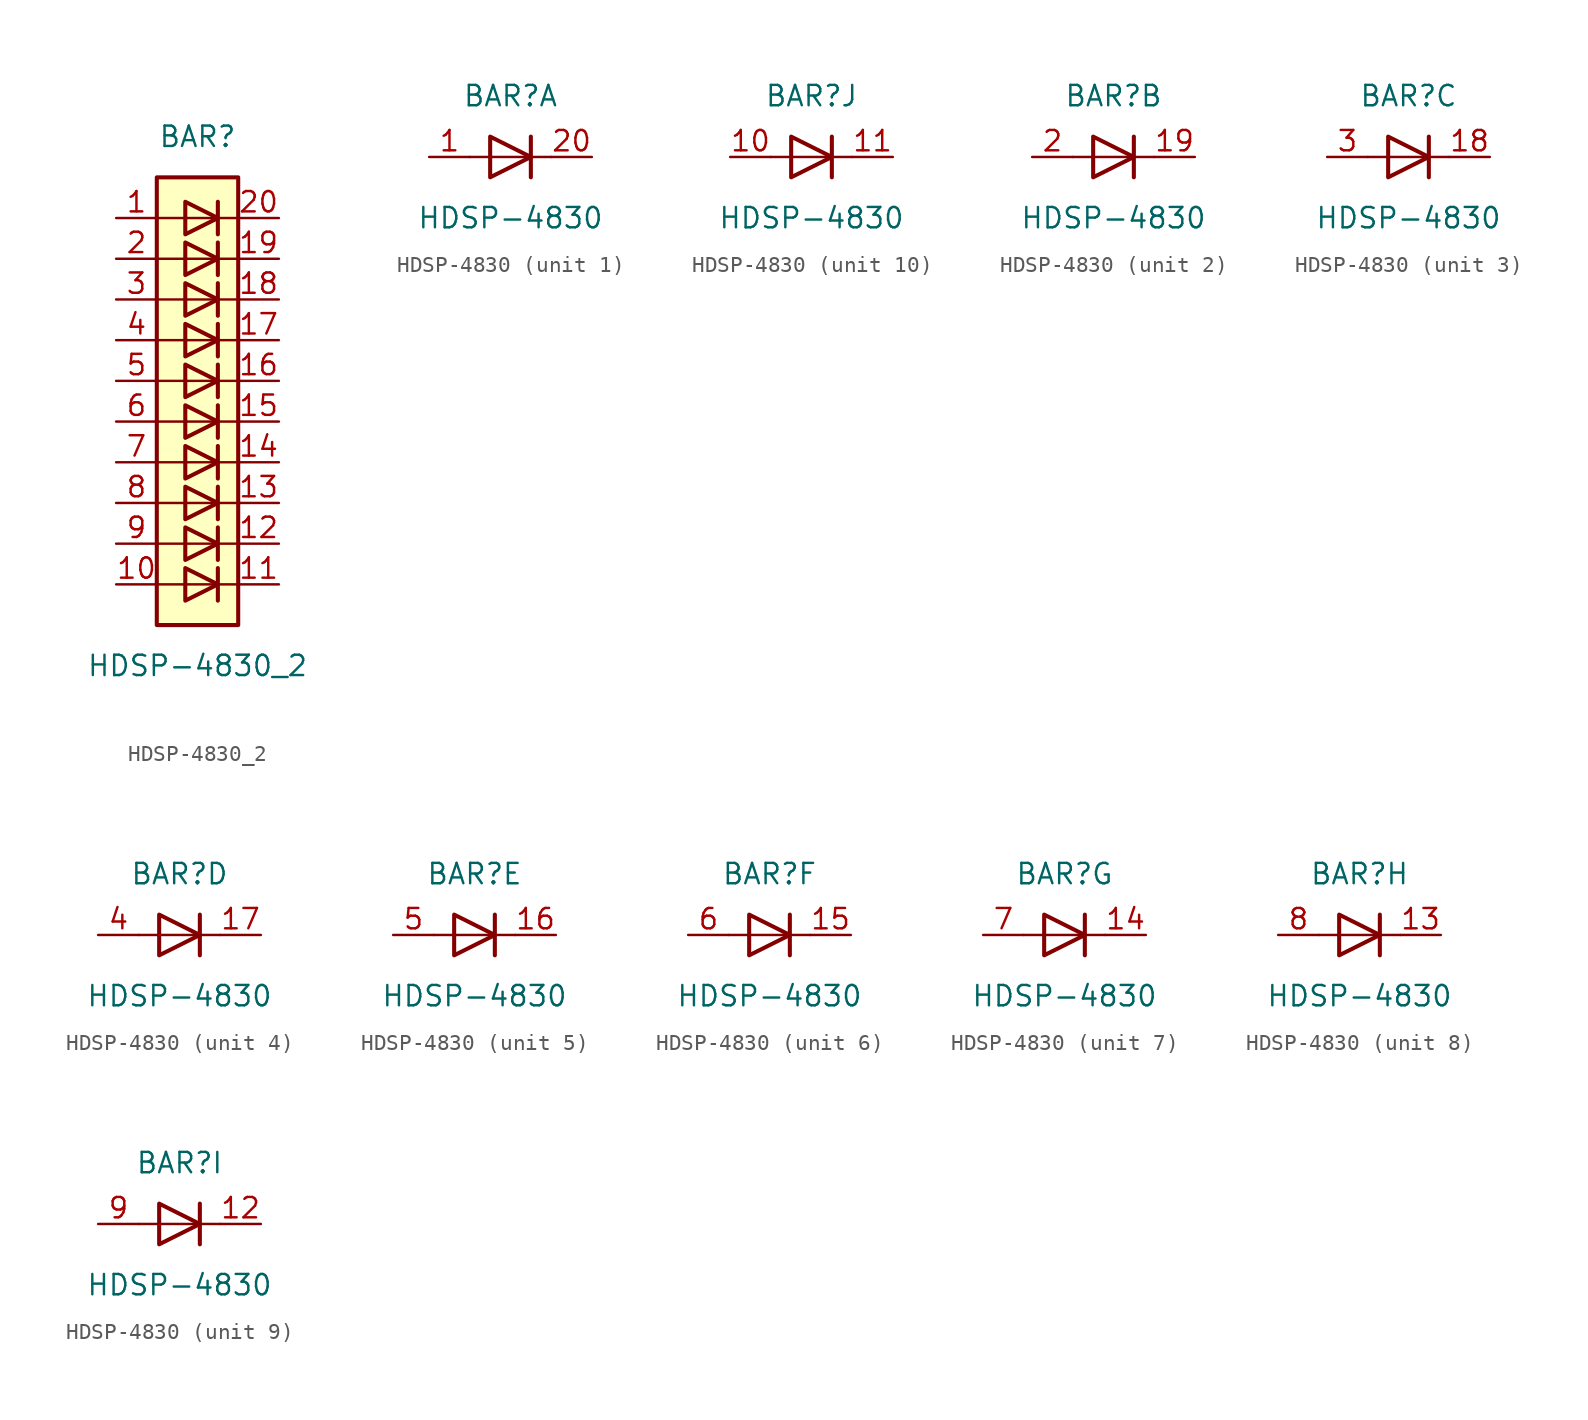
<source format=kicad_sym>
(kicad_symbol_lib
  (version 20211014)
  (generator kicad_symbol_editor)
  (symbol "HDSP-4830_2"
    (pin_names
      (offset 1.016) hide)
    (property "Reference" "BAR"
      (at 0 15.24 0)
      (effects (font (size 1.27 1.27))))
    (property "Value" "HDSP-4830_2"
      (at 0 -17.78 0)
      (effects (font (size 1.27 1.27))))
    (symbol "HDSP-4830_2_0_1"
      (rectangle (start -2.54 12.7) (end 2.54 -15.24) (stroke (width 0.254) (type default) (color 0 0 0 0)) (fill (type background)))
      (polyline (pts (xy -2.54 -12.7) (xy 2.54 -12.7)) (stroke (width 0) (type default) (color 0 0 0 0)) (fill (type none)))
      (polyline (pts (xy -2.54 -10.16) (xy 2.54 -10.16)) (stroke (width 0) (type default) (color 0 0 0 0)) (fill (type none)))
      (polyline (pts (xy -2.54 -7.62) (xy 2.54 -7.62)) (stroke (width 0) (type default) (color 0 0 0 0)) (fill (type none)))
      (polyline (pts (xy -2.54 -5.08) (xy 2.54 -5.08)) (stroke (width 0) (type default) (color 0 0 0 0)) (fill (type none)))
      (polyline (pts (xy -2.54 0) (xy 2.54 0)) (stroke (width 0) (type default) (color 0 0 0 0)) (fill (type none)))
      (polyline (pts (xy -2.54 5.08) (xy 2.54 5.08)) (stroke (width 0) (type default) (color 0 0 0 0)) (fill (type none)))
      (polyline (pts (xy -2.54 7.62) (xy 2.54 7.62)) (stroke (width 0) (type default) (color 0 0 0 0)) (fill (type none)))
      (polyline (pts (xy -2.54 10.16) (xy 2.54 10.16)) (stroke (width 0) (type default) (color 0 0 0 0)) (fill (type none)))
      (polyline (pts (xy 1.27 -11.684) (xy 1.27 -13.716)) (stroke (width 0.254) (type default) (color 0 0 0 0)) (fill (type none)))
      (polyline (pts (xy 1.27 -9.144) (xy 1.27 -11.176)) (stroke (width 0.254) (type default) (color 0 0 0 0)) (fill (type none)))
      (polyline (pts (xy 1.27 -6.604) (xy 1.27 -8.636)) (stroke (width 0.254) (type default) (color 0 0 0 0)) (fill (type none)))
      (polyline (pts (xy 1.27 -4.064) (xy 1.27 -6.096)) (stroke (width 0.254) (type default) (color 0 0 0 0)) (fill (type none)))
      (polyline (pts (xy 1.27 -1.524) (xy 1.27 -3.556)) (stroke (width 0.254) (type default) (color 0 0 0 0)) (fill (type none)))
      (polyline (pts (xy 1.27 1.016) (xy 1.27 -1.016)) (stroke (width 0.254) (type default) (color 0 0 0 0)) (fill (type none)))
      (polyline (pts (xy 1.27 3.556) (xy 1.27 1.524)) (stroke (width 0.254) (type default) (color 0 0 0 0)) (fill (type none)))
      (polyline (pts (xy 1.27 6.096) (xy 1.27 4.064)) (stroke (width 0.254) (type default) (color 0 0 0 0)) (fill (type none)))
      (polyline (pts (xy 1.27 8.636) (xy 1.27 6.604)) (stroke (width 0.254) (type default) (color 0 0 0 0)) (fill (type none)))
      (polyline (pts (xy 1.27 11.176) (xy 1.27 9.144)) (stroke (width 0.254) (type default) (color 0 0 0 0)) (fill (type none)))
      (polyline (pts (xy 2.54 -2.54) (xy -2.54 -2.54)) (stroke (width 0) (type default) (color 0 0 0 0)) (fill (type none)))
      (polyline (pts (xy 2.54 2.54) (xy -2.54 2.54)) (stroke (width 0) (type default) (color 0 0 0 0)) (fill (type none)))
      (polyline (pts (xy -0.762 -11.684) (xy -0.762 -13.716) (xy 1.27 -12.7) (xy -0.762 -11.684)) (stroke (width 0.254) (type default) (color 0 0 0 0)) (fill (type none)))
      (polyline (pts (xy -0.762 -9.144) (xy -0.762 -11.176) (xy 1.27 -10.16) (xy -0.762 -9.144)) (stroke (width 0.254) (type default) (color 0 0 0 0)) (fill (type none)))
      (polyline (pts (xy -0.762 -6.604) (xy -0.762 -8.636) (xy 1.27 -7.62) (xy -0.762 -6.604)) (stroke (width 0.254) (type default) (color 0 0 0 0)) (fill (type none)))
      (polyline (pts (xy -0.762 -4.064) (xy -0.762 -6.096) (xy 1.27 -5.08) (xy -0.762 -4.064)) (stroke (width 0.254) (type default) (color 0 0 0 0)) (fill (type none)))
      (polyline (pts (xy -0.762 -1.524) (xy -0.762 -3.556) (xy 1.27 -2.54) (xy -0.762 -1.524)) (stroke (width 0.254) (type default) (color 0 0 0 0)) (fill (type none)))
      (polyline (pts (xy -0.762 1.016) (xy -0.762 -1.016) (xy 1.27 0) (xy -0.762 1.016)) (stroke (width 0.254) (type default) (color 0 0 0 0)) (fill (type none)))
      (polyline (pts (xy -0.762 3.556) (xy -0.762 1.524) (xy 1.27 2.54) (xy -0.762 3.556)) (stroke (width 0.254) (type default) (color 0 0 0 0)) (fill (type none)))
      (polyline (pts (xy -0.762 6.096) (xy -0.762 4.064) (xy 1.27 5.08) (xy -0.762 6.096)) (stroke (width 0.254) (type default) (color 0 0 0 0)) (fill (type none)))
      (polyline (pts (xy -0.762 8.636) (xy -0.762 6.604) (xy 1.27 7.62) (xy -0.762 8.636)) (stroke (width 0.254) (type default) (color 0 0 0 0)) (fill (type none)))
      (polyline (pts (xy -0.762 11.176) (xy -0.762 9.144) (xy 1.27 10.16) (xy -0.762 11.176)) (stroke (width 0.254) (type default) (color 0 0 0 0)) (fill (type none))))
    (symbol "HDSP-4830_2_1_1"
      (pin passive line (at -5.08 10.16 0) (length 2.54) (name "A" (effects (font (size 1.27 1.27)))) (number "1" (effects (font (size 1.27 1.27)))))
      (pin passive line (at -5.08 -12.7 0) (length 2.54) (name "A" (effects (font (size 1.27 1.27)))) (number "10" (effects (font (size 1.27 1.27)))))
      (pin passive line (at 5.08 -12.7 180) (length 2.54) (name "K" (effects (font (size 1.27 1.27)))) (number "11" (effects (font (size 1.27 1.27)))))
      (pin passive line (at 5.08 -10.16 180) (length 2.54) (name "K" (effects (font (size 1.27 1.27)))) (number "12" (effects (font (size 1.27 1.27)))))
      (pin passive line (at 5.08 -7.62 180) (length 2.54) (name "K" (effects (font (size 1.27 1.27)))) (number "13" (effects (font (size 1.27 1.27)))))
      (pin passive line (at 5.08 -5.08 180) (length 2.54) (name "K" (effects (font (size 1.27 1.27)))) (number "14" (effects (font (size 1.27 1.27)))))
      (pin passive line (at 5.08 -2.54 180) (length 2.54) (name "K" (effects (font (size 1.27 1.27)))) (number "15" (effects (font (size 1.27 1.27)))))
      (pin passive line (at 5.08 0 180) (length 2.54) (name "K" (effects (font (size 1.27 1.27)))) (number "16" (effects (font (size 1.27 1.27)))))
      (pin passive line (at 5.08 2.54 180) (length 2.54) (name "K" (effects (font (size 1.27 1.27)))) (number "17" (effects (font (size 1.27 1.27)))))
      (pin passive line (at 5.08 5.08 180) (length 2.54) (name "K" (effects (font (size 1.27 1.27)))) (number "18" (effects (font (size 1.27 1.27)))))
      (pin passive line (at 5.08 7.62 180) (length 2.54) (name "K" (effects (font (size 1.27 1.27)))) (number "19" (effects (font (size 1.27 1.27)))))
      (pin passive line (at -5.08 7.62 0) (length 2.54) (name "A" (effects (font (size 1.27 1.27)))) (number "2" (effects (font (size 1.27 1.27)))))
      (pin passive line (at 5.08 10.16 180) (length 2.54) (name "K" (effects (font (size 1.27 1.27)))) (number "20" (effects (font (size 1.27 1.27)))))
      (pin passive line (at -5.08 5.08 0) (length 2.54) (name "A" (effects (font (size 1.27 1.27)))) (number "3" (effects (font (size 1.27 1.27)))))
      (pin passive line (at -5.08 2.54 0) (length 2.54) (name "A" (effects (font (size 1.27 1.27)))) (number "4" (effects (font (size 1.27 1.27)))))
      (pin passive line (at -5.08 0 0) (length 2.54) (name "A" (effects (font (size 1.27 1.27)))) (number "5" (effects (font (size 1.27 1.27)))))
      (pin passive line (at -5.08 -2.54 0) (length 2.54) (name "A" (effects (font (size 1.27 1.27)))) (number "6" (effects (font (size 1.27 1.27)))))
      (pin passive line (at -5.08 -5.08 0) (length 2.54) (name "A" (effects (font (size 1.27 1.27)))) (number "7" (effects (font (size 1.27 1.27)))))
      (pin passive line (at -5.08 -7.62 0) (length 2.54) (name "A" (effects (font (size 1.27 1.27)))) (number "8" (effects (font (size 1.27 1.27)))))
      (pin passive line (at -5.08 -10.16 0) (length 2.54) (name "A" (effects (font (size 1.27 1.27)))) (number "9" (effects (font (size 1.27 1.27)))))))
  (symbol "HDSP-4830"
    (pin_names
      (offset 1.016) hide)
    (property "Reference" "BAR"
      (at 0 3.81 0)
      (effects (font (size 1.27 1.27))))
    (property "Value" "HDSP-4830"
      (at 0 -3.81 0)
      (effects (font (size 1.27 1.27))))
    (symbol "HDSP-4830_0_1"
      (polyline (pts (xy -2.54 0) (xy 2.54 0)) (stroke (width 0) (type default) (color 0 0 0 0)) (fill (type none)))
      (polyline (pts (xy 1.27 -1.27) (xy 1.27 1.27)) (stroke (width 0.254) (type default) (color 0 0 0 0)) (fill (type none)))
      (polyline (pts (xy -1.27 1.27) (xy -1.27 -1.27) (xy 1.27 0) (xy -1.27 1.27)) (stroke (width 0.254) (type default) (color 0 0 0 0)) (fill (type none))))
    (symbol "HDSP-4830_1_1"
      (pin passive line (at -5.08 0 0) (length 2.54) (name "A" (effects (font (size 1.27 1.27)))) (number "1" (effects (font (size 1.27 1.27)))))
      (pin passive line (at 5.08 0 180) (length 2.54) (name "K" (effects (font (size 1.27 1.27)))) (number "20" (effects (font (size 1.27 1.27))))))
    (symbol "HDSP-4830_2_1"
      (pin passive line (at 5.08 0 180) (length 2.54) (name "K" (effects (font (size 1.27 1.27)))) (number "19" (effects (font (size 1.27 1.27)))))
      (pin passive line (at -5.08 0 0) (length 2.54) (name "A" (effects (font (size 1.27 1.27)))) (number "2" (effects (font (size 1.27 1.27))))))
    (symbol "HDSP-4830_3_1"
      (pin passive line (at 5.08 0 180) (length 2.54) (name "K" (effects (font (size 1.27 1.27)))) (number "18" (effects (font (size 1.27 1.27)))))
      (pin passive line (at -5.08 0 0) (length 2.54) (name "A" (effects (font (size 1.27 1.27)))) (number "3" (effects (font (size 1.27 1.27))))))
    (symbol "HDSP-4830_4_1"
      (pin passive line (at 5.08 0 180) (length 2.54) (name "K" (effects (font (size 1.27 1.27)))) (number "17" (effects (font (size 1.27 1.27)))))
      (pin passive line (at -5.08 0 0) (length 2.54) (name "A" (effects (font (size 1.27 1.27)))) (number "4" (effects (font (size 1.27 1.27))))))
    (symbol "HDSP-4830_5_1"
      (pin passive line (at 5.08 0 180) (length 2.54) (name "K" (effects (font (size 1.27 1.27)))) (number "16" (effects (font (size 1.27 1.27)))))
      (pin passive line (at -5.08 0 0) (length 2.54) (name "A" (effects (font (size 1.27 1.27)))) (number "5" (effects (font (size 1.27 1.27))))))
    (symbol "HDSP-4830_6_1"
      (pin passive line (at 5.08 0 180) (length 2.54) (name "K" (effects (font (size 1.27 1.27)))) (number "15" (effects (font (size 1.27 1.27)))))
      (pin passive line (at -5.08 0 0) (length 2.54) (name "A" (effects (font (size 1.27 1.27)))) (number "6" (effects (font (size 1.27 1.27))))))
    (symbol "HDSP-4830_7_1"
      (pin passive line (at 5.08 0 180) (length 2.54) (name "K" (effects (font (size 1.27 1.27)))) (number "14" (effects (font (size 1.27 1.27)))))
      (pin passive line (at -5.08 0 0) (length 2.54) (name "A" (effects (font (size 1.27 1.27)))) (number "7" (effects (font (size 1.27 1.27))))))
    (symbol "HDSP-4830_8_1"
      (pin passive line (at 5.08 0 180) (length 2.54) (name "K" (effects (font (size 1.27 1.27)))) (number "13" (effects (font (size 1.27 1.27)))))
      (pin passive line (at -5.08 0 0) (length 2.54) (name "A" (effects (font (size 1.27 1.27)))) (number "8" (effects (font (size 1.27 1.27))))))
    (symbol "HDSP-4830_9_1"
      (pin passive line (at 5.08 0 180) (length 2.54) (name "K" (effects (font (size 1.27 1.27)))) (number "12" (effects (font (size 1.27 1.27)))))
      (pin passive line (at -5.08 0 0) (length 2.54) (name "A" (effects (font (size 1.27 1.27)))) (number "9" (effects (font (size 1.27 1.27))))))
    (symbol "HDSP-4830_10_1"
      (pin passive line (at -5.08 0 0) (length 2.54) (name "A" (effects (font (size 1.27 1.27)))) (number "10" (effects (font (size 1.27 1.27)))))
      (pin passive line (at 5.08 0 180) (length 2.54) (name "K" (effects (font (size 1.27 1.27)))) (number "11" (effects (font (size 1.27 1.27))))))))
</source>
